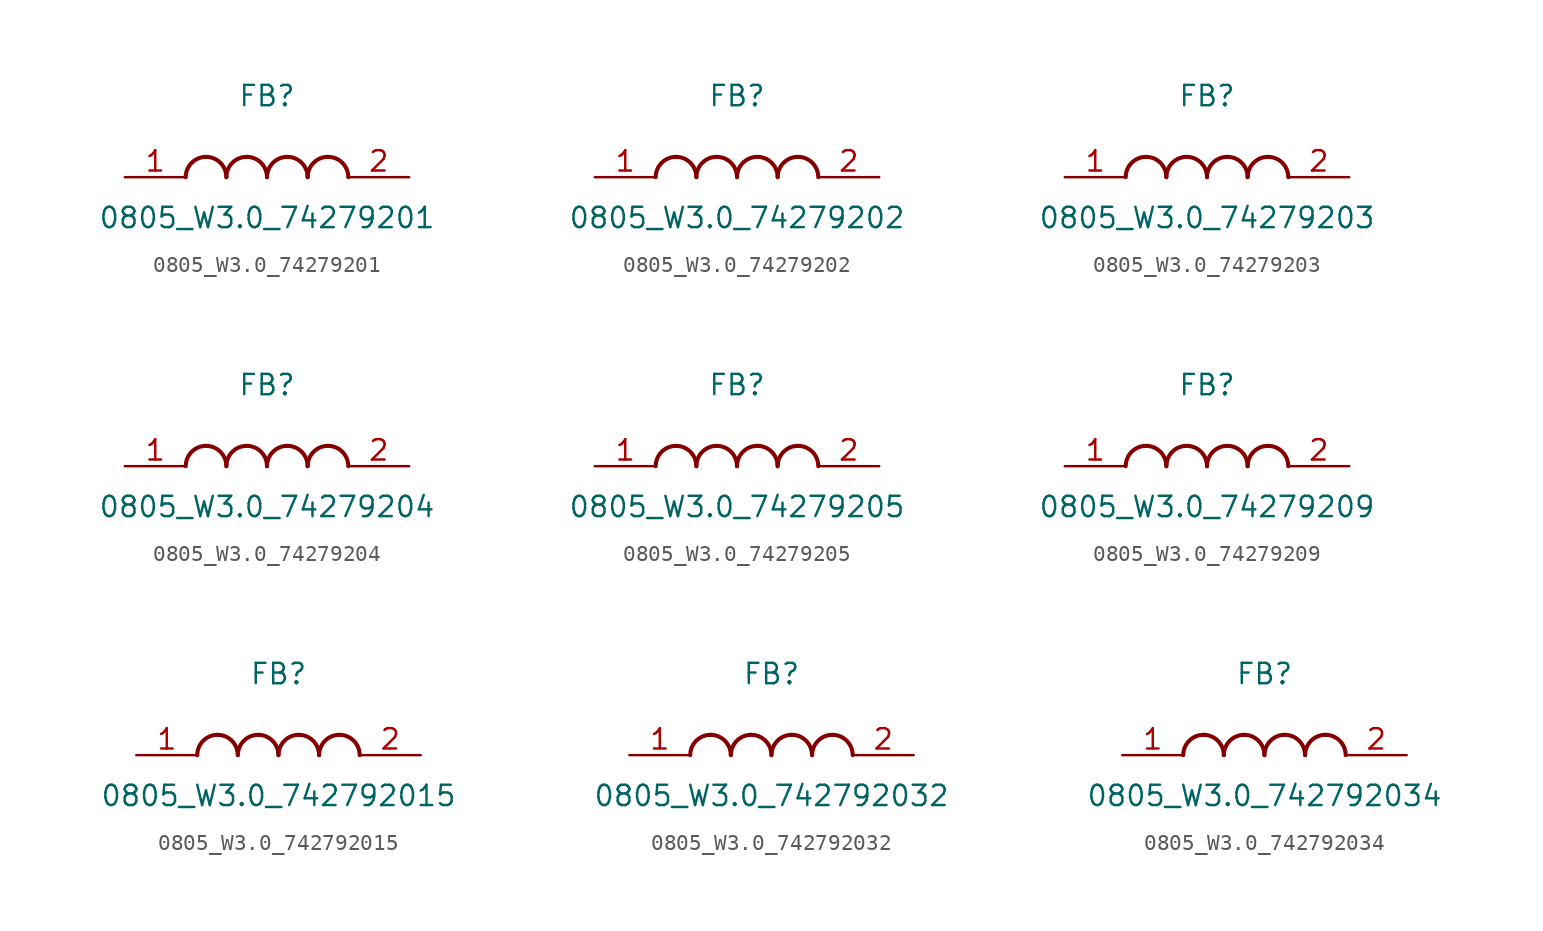
<source format=kicad_sym>
(kicad_symbol_lib
  (version 20211014)
  (generator kicad_symbol_editor)
  (symbol "Ferrite_Wurth_WE-CBF:0805_W3.0_74279201"
    (pin_names hide)
    (property "Reference" "FB"
      (at 0 5.08 0)
      (effects (font (size 1.27 1.27))))
    (property "Value" "0805_W3.0_74279201"
      (at 0 -2.54 0)
      (effects (font (size 1.27 1.27))))
    (symbol "0805_W3.0_74279201_0_1"
      (arc (start -3.81 1.27) (mid -4.708 0.898) (end -5.08 0) (stroke (width 0.254) (type default)) (fill (type none)))
      (arc (start -2.54 0) (mid -2.912 0.898) (end -3.81 1.27) (stroke (width 0.254) (type default)) (fill (type none)))
      (arc (start -1.2699 1.2701) (mid -2.1679 0.8981) (end -2.5399 0.0001) (stroke (width 0.254) (type default)) (fill (type none)))
      (arc (start 0.0001 0.0001) (mid -0.3719 0.8981) (end -1.2699 1.2701) (stroke (width 0.254) (type default)) (fill (type none)))
      (arc (start 1.2701 1.2701) (mid 0.3721 0.8981) (end 0.0001 0.0001) (stroke (width 0.254) (type default)) (fill (type none)))
      (arc (start 2.5401 0.0001) (mid 2.1681 0.8981) (end 1.2701 1.2701) (stroke (width 0.254) (type default)) (fill (type none)))
      (arc (start 3.8101 1.2701) (mid 2.9121 0.8981) (end 2.5401 0.0001) (stroke (width 0.254) (type default)) (fill (type none)))
      (arc (start 5.0801 0.0001) (mid 4.7081 0.8981) (end 3.8101 1.2701) (stroke (width 0.254) (type default)) (fill (type none))))
    (symbol "0805_W3.0_74279201_1_1"
      (pin passive line (at -8.89 0 0) (length 3.81) (name "1" (effects (font (size 1.27 1.27)))) (number "1" (effects (font (size 1.27 1.27)))))
      (pin passive line (at 8.89 0 180) (length 3.81) (name "2" (effects (font (size 1.27 1.27)))) (number "2" (effects (font (size 1.27 1.27)))))))
  (symbol "Ferrite_Wurth_WE-CBF:0805_W3.0_74279202"
    (pin_names hide)
    (property "Reference" "FB"
      (at 0 5.08 0)
      (effects (font (size 1.27 1.27))))
    (property "Value" "0805_W3.0_74279202"
      (at 0 -2.54 0)
      (effects (font (size 1.27 1.27))))
    (symbol "0805_W3.0_74279202_0_1"
      (arc (start -3.81 1.27) (mid -4.708 0.898) (end -5.08 0) (stroke (width 0.254) (type default)) (fill (type none)))
      (arc (start -2.54 0) (mid -2.912 0.898) (end -3.81 1.27) (stroke (width 0.254) (type default)) (fill (type none)))
      (arc (start -1.2699 1.2701) (mid -2.1679 0.8981) (end -2.5399 0.0001) (stroke (width 0.254) (type default)) (fill (type none)))
      (arc (start 0.0001 0.0001) (mid -0.3719 0.8981) (end -1.2699 1.2701) (stroke (width 0.254) (type default)) (fill (type none)))
      (arc (start 1.2701 1.2701) (mid 0.3721 0.8981) (end 0.0001 0.0001) (stroke (width 0.254) (type default)) (fill (type none)))
      (arc (start 2.5401 0.0001) (mid 2.1681 0.8981) (end 1.2701 1.2701) (stroke (width 0.254) (type default)) (fill (type none)))
      (arc (start 3.8101 1.2701) (mid 2.9121 0.8981) (end 2.5401 0.0001) (stroke (width 0.254) (type default)) (fill (type none)))
      (arc (start 5.0801 0.0001) (mid 4.7081 0.8981) (end 3.8101 1.2701) (stroke (width 0.254) (type default)) (fill (type none))))
    (symbol "0805_W3.0_74279202_1_1"
      (pin passive line (at -8.89 0 0) (length 3.81) (name "1" (effects (font (size 1.27 1.27)))) (number "1" (effects (font (size 1.27 1.27)))))
      (pin passive line (at 8.89 0 180) (length 3.81) (name "2" (effects (font (size 1.27 1.27)))) (number "2" (effects (font (size 1.27 1.27)))))))
  (symbol "Ferrite_Wurth_WE-CBF:0805_W3.0_74279203"
    (pin_names hide)
    (property "Reference" "FB"
      (at 0 5.08 0)
      (effects (font (size 1.27 1.27))))
    (property "Value" "0805_W3.0_74279203"
      (at 0 -2.54 0)
      (effects (font (size 1.27 1.27))))
    (symbol "0805_W3.0_74279203_0_1"
      (arc (start -3.81 1.27) (mid -4.708 0.898) (end -5.08 0) (stroke (width 0.254) (type default)) (fill (type none)))
      (arc (start -2.54 0) (mid -2.912 0.898) (end -3.81 1.27) (stroke (width 0.254) (type default)) (fill (type none)))
      (arc (start -1.2699 1.2701) (mid -2.1679 0.8981) (end -2.5399 0.0001) (stroke (width 0.254) (type default)) (fill (type none)))
      (arc (start 0.0001 0.0001) (mid -0.3719 0.8981) (end -1.2699 1.2701) (stroke (width 0.254) (type default)) (fill (type none)))
      (arc (start 1.2701 1.2701) (mid 0.3721 0.8981) (end 0.0001 0.0001) (stroke (width 0.254) (type default)) (fill (type none)))
      (arc (start 2.5401 0.0001) (mid 2.1681 0.8981) (end 1.2701 1.2701) (stroke (width 0.254) (type default)) (fill (type none)))
      (arc (start 3.8101 1.2701) (mid 2.9121 0.8981) (end 2.5401 0.0001) (stroke (width 0.254) (type default)) (fill (type none)))
      (arc (start 5.0801 0.0001) (mid 4.7081 0.8981) (end 3.8101 1.2701) (stroke (width 0.254) (type default)) (fill (type none))))
    (symbol "0805_W3.0_74279203_1_1"
      (pin passive line (at -8.89 0 0) (length 3.81) (name "1" (effects (font (size 1.27 1.27)))) (number "1" (effects (font (size 1.27 1.27)))))
      (pin passive line (at 8.89 0 180) (length 3.81) (name "2" (effects (font (size 1.27 1.27)))) (number "2" (effects (font (size 1.27 1.27)))))))
  (symbol "Ferrite_Wurth_WE-CBF:0805_W3.0_74279204"
    (pin_names hide)
    (property "Reference" "FB"
      (at 0 5.08 0)
      (effects (font (size 1.27 1.27))))
    (property "Value" "0805_W3.0_74279204"
      (at 0 -2.54 0)
      (effects (font (size 1.27 1.27))))
    (symbol "0805_W3.0_74279204_0_1"
      (arc (start -3.81 1.27) (mid -4.708 0.898) (end -5.08 0) (stroke (width 0.254) (type default)) (fill (type none)))
      (arc (start -2.54 0) (mid -2.912 0.898) (end -3.81 1.27) (stroke (width 0.254) (type default)) (fill (type none)))
      (arc (start -1.2699 1.2701) (mid -2.1679 0.8981) (end -2.5399 0.0001) (stroke (width 0.254) (type default)) (fill (type none)))
      (arc (start 0.0001 0.0001) (mid -0.3719 0.8981) (end -1.2699 1.2701) (stroke (width 0.254) (type default)) (fill (type none)))
      (arc (start 1.2701 1.2701) (mid 0.3721 0.8981) (end 0.0001 0.0001) (stroke (width 0.254) (type default)) (fill (type none)))
      (arc (start 2.5401 0.0001) (mid 2.1681 0.8981) (end 1.2701 1.2701) (stroke (width 0.254) (type default)) (fill (type none)))
      (arc (start 3.8101 1.2701) (mid 2.9121 0.8981) (end 2.5401 0.0001) (stroke (width 0.254) (type default)) (fill (type none)))
      (arc (start 5.0801 0.0001) (mid 4.7081 0.8981) (end 3.8101 1.2701) (stroke (width 0.254) (type default)) (fill (type none))))
    (symbol "0805_W3.0_74279204_1_1"
      (pin passive line (at -8.89 0 0) (length 3.81) (name "1" (effects (font (size 1.27 1.27)))) (number "1" (effects (font (size 1.27 1.27)))))
      (pin passive line (at 8.89 0 180) (length 3.81) (name "2" (effects (font (size 1.27 1.27)))) (number "2" (effects (font (size 1.27 1.27)))))))
  (symbol "Ferrite_Wurth_WE-CBF:0805_W3.0_74279205"
    (pin_names hide)
    (property "Reference" "FB"
      (at 0 5.08 0)
      (effects (font (size 1.27 1.27))))
    (property "Value" "0805_W3.0_74279205"
      (at 0 -2.54 0)
      (effects (font (size 1.27 1.27))))
    (symbol "0805_W3.0_74279205_0_1"
      (arc (start -3.81 1.27) (mid -4.708 0.898) (end -5.08 0) (stroke (width 0.254) (type default)) (fill (type none)))
      (arc (start -2.54 0) (mid -2.912 0.898) (end -3.81 1.27) (stroke (width 0.254) (type default)) (fill (type none)))
      (arc (start -1.2699 1.2701) (mid -2.1679 0.8981) (end -2.5399 0.0001) (stroke (width 0.254) (type default)) (fill (type none)))
      (arc (start 0.0001 0.0001) (mid -0.3719 0.8981) (end -1.2699 1.2701) (stroke (width 0.254) (type default)) (fill (type none)))
      (arc (start 1.2701 1.2701) (mid 0.3721 0.8981) (end 0.0001 0.0001) (stroke (width 0.254) (type default)) (fill (type none)))
      (arc (start 2.5401 0.0001) (mid 2.1681 0.8981) (end 1.2701 1.2701) (stroke (width 0.254) (type default)) (fill (type none)))
      (arc (start 3.8101 1.2701) (mid 2.9121 0.8981) (end 2.5401 0.0001) (stroke (width 0.254) (type default)) (fill (type none)))
      (arc (start 5.0801 0.0001) (mid 4.7081 0.8981) (end 3.8101 1.2701) (stroke (width 0.254) (type default)) (fill (type none))))
    (symbol "0805_W3.0_74279205_1_1"
      (pin passive line (at -8.89 0 0) (length 3.81) (name "1" (effects (font (size 1.27 1.27)))) (number "1" (effects (font (size 1.27 1.27)))))
      (pin passive line (at 8.89 0 180) (length 3.81) (name "2" (effects (font (size 1.27 1.27)))) (number "2" (effects (font (size 1.27 1.27)))))))
  (symbol "Ferrite_Wurth_WE-CBF:0805_W3.0_74279209"
    (pin_names hide)
    (property "Reference" "FB"
      (at 0 5.08 0)
      (effects (font (size 1.27 1.27))))
    (property "Value" "0805_W3.0_74279209"
      (at 0 -2.54 0)
      (effects (font (size 1.27 1.27))))
    (symbol "0805_W3.0_74279209_0_1"
      (arc (start -3.81 1.27) (mid -4.708 0.898) (end -5.08 0) (stroke (width 0.254) (type default)) (fill (type none)))
      (arc (start -2.54 0) (mid -2.912 0.898) (end -3.81 1.27) (stroke (width 0.254) (type default)) (fill (type none)))
      (arc (start -1.2699 1.2701) (mid -2.1679 0.8981) (end -2.5399 0.0001) (stroke (width 0.254) (type default)) (fill (type none)))
      (arc (start 0.0001 0.0001) (mid -0.3719 0.8981) (end -1.2699 1.2701) (stroke (width 0.254) (type default)) (fill (type none)))
      (arc (start 1.2701 1.2701) (mid 0.3721 0.8981) (end 0.0001 0.0001) (stroke (width 0.254) (type default)) (fill (type none)))
      (arc (start 2.5401 0.0001) (mid 2.1681 0.8981) (end 1.2701 1.2701) (stroke (width 0.254) (type default)) (fill (type none)))
      (arc (start 3.8101 1.2701) (mid 2.9121 0.8981) (end 2.5401 0.0001) (stroke (width 0.254) (type default)) (fill (type none)))
      (arc (start 5.0801 0.0001) (mid 4.7081 0.8981) (end 3.8101 1.2701) (stroke (width 0.254) (type default)) (fill (type none))))
    (symbol "0805_W3.0_74279209_1_1"
      (pin passive line (at -8.89 0 0) (length 3.81) (name "1" (effects (font (size 1.27 1.27)))) (number "1" (effects (font (size 1.27 1.27)))))
      (pin passive line (at 8.89 0 180) (length 3.81) (name "2" (effects (font (size 1.27 1.27)))) (number "2" (effects (font (size 1.27 1.27)))))))
  (symbol "Ferrite_Wurth_WE-CBF:0805_W3.0_742792015"
    (pin_names hide)
    (property "Reference" "FB"
      (at 0 5.08 0)
      (effects (font (size 1.27 1.27))))
    (property "Value" "0805_W3.0_742792015"
      (at 0 -2.54 0)
      (effects (font (size 1.27 1.27))))
    (symbol "0805_W3.0_742792015_0_1"
      (arc (start -3.81 1.27) (mid -4.708 0.898) (end -5.08 0) (stroke (width 0.254) (type default)) (fill (type none)))
      (arc (start -2.54 0) (mid -2.912 0.898) (end -3.81 1.27) (stroke (width 0.254) (type default)) (fill (type none)))
      (arc (start -1.2699 1.2701) (mid -2.1679 0.8981) (end -2.5399 0.0001) (stroke (width 0.254) (type default)) (fill (type none)))
      (arc (start 0.0001 0.0001) (mid -0.3719 0.8981) (end -1.2699 1.2701) (stroke (width 0.254) (type default)) (fill (type none)))
      (arc (start 1.2701 1.2701) (mid 0.3721 0.8981) (end 0.0001 0.0001) (stroke (width 0.254) (type default)) (fill (type none)))
      (arc (start 2.5401 0.0001) (mid 2.1681 0.8981) (end 1.2701 1.2701) (stroke (width 0.254) (type default)) (fill (type none)))
      (arc (start 3.8101 1.2701) (mid 2.9121 0.8981) (end 2.5401 0.0001) (stroke (width 0.254) (type default)) (fill (type none)))
      (arc (start 5.0801 0.0001) (mid 4.7081 0.8981) (end 3.8101 1.2701) (stroke (width 0.254) (type default)) (fill (type none))))
    (symbol "0805_W3.0_742792015_1_1"
      (pin passive line (at -8.89 0 0) (length 3.81) (name "1" (effects (font (size 1.27 1.27)))) (number "1" (effects (font (size 1.27 1.27)))))
      (pin passive line (at 8.89 0 180) (length 3.81) (name "2" (effects (font (size 1.27 1.27)))) (number "2" (effects (font (size 1.27 1.27)))))))
  (symbol "Ferrite_Wurth_WE-CBF:0805_W3.0_742792032"
    (pin_names hide)
    (property "Reference" "FB"
      (at 0 5.08 0)
      (effects (font (size 1.27 1.27))))
    (property "Value" "0805_W3.0_742792032"
      (at 0 -2.54 0)
      (effects (font (size 1.27 1.27))))
    (symbol "0805_W3.0_742792032_0_1"
      (arc (start -3.81 1.27) (mid -4.708 0.898) (end -5.08 0) (stroke (width 0.254) (type default)) (fill (type none)))
      (arc (start -2.54 0) (mid -2.912 0.898) (end -3.81 1.27) (stroke (width 0.254) (type default)) (fill (type none)))
      (arc (start -1.2699 1.2701) (mid -2.1679 0.8981) (end -2.5399 0.0001) (stroke (width 0.254) (type default)) (fill (type none)))
      (arc (start 0.0001 0.0001) (mid -0.3719 0.8981) (end -1.2699 1.2701) (stroke (width 0.254) (type default)) (fill (type none)))
      (arc (start 1.2701 1.2701) (mid 0.3721 0.8981) (end 0.0001 0.0001) (stroke (width 0.254) (type default)) (fill (type none)))
      (arc (start 2.5401 0.0001) (mid 2.1681 0.8981) (end 1.2701 1.2701) (stroke (width 0.254) (type default)) (fill (type none)))
      (arc (start 3.8101 1.2701) (mid 2.9121 0.8981) (end 2.5401 0.0001) (stroke (width 0.254) (type default)) (fill (type none)))
      (arc (start 5.0801 0.0001) (mid 4.7081 0.8981) (end 3.8101 1.2701) (stroke (width 0.254) (type default)) (fill (type none))))
    (symbol "0805_W3.0_742792032_1_1"
      (pin passive line (at -8.89 0 0) (length 3.81) (name "1" (effects (font (size 1.27 1.27)))) (number "1" (effects (font (size 1.27 1.27)))))
      (pin passive line (at 8.89 0 180) (length 3.81) (name "2" (effects (font (size 1.27 1.27)))) (number "2" (effects (font (size 1.27 1.27)))))))
  (symbol "Ferrite_Wurth_WE-CBF:0805_W3.0_742792034"
    (pin_names hide)
    (property "Reference" "FB"
      (at 0 5.08 0)
      (effects (font (size 1.27 1.27))))
    (property "Value" "0805_W3.0_742792034"
      (at 0 -2.54 0)
      (effects (font (size 1.27 1.27))))
    (symbol "0805_W3.0_742792034_0_1"
      (arc (start -3.81 1.27) (mid -4.708 0.898) (end -5.08 0) (stroke (width 0.254) (type default)) (fill (type none)))
      (arc (start -2.54 0) (mid -2.912 0.898) (end -3.81 1.27) (stroke (width 0.254) (type default)) (fill (type none)))
      (arc (start -1.2699 1.2701) (mid -2.1679 0.8981) (end -2.5399 0.0001) (stroke (width 0.254) (type default)) (fill (type none)))
      (arc (start 0.0001 0.0001) (mid -0.3719 0.8981) (end -1.2699 1.2701) (stroke (width 0.254) (type default)) (fill (type none)))
      (arc (start 1.2701 1.2701) (mid 0.3721 0.8981) (end 0.0001 0.0001) (stroke (width 0.254) (type default)) (fill (type none)))
      (arc (start 2.5401 0.0001) (mid 2.1681 0.8981) (end 1.2701 1.2701) (stroke (width 0.254) (type default)) (fill (type none)))
      (arc (start 3.8101 1.2701) (mid 2.9121 0.8981) (end 2.5401 0.0001) (stroke (width 0.254) (type default)) (fill (type none)))
      (arc (start 5.0801 0.0001) (mid 4.7081 0.8981) (end 3.8101 1.2701) (stroke (width 0.254) (type default)) (fill (type none))))
    (symbol "0805_W3.0_742792034_1_1"
      (pin passive line (at -8.89 0 0) (length 3.81) (name "1" (effects (font (size 1.27 1.27)))) (number "1" (effects (font (size 1.27 1.27)))))
      (pin passive line (at 8.89 0 180) (length 3.81) (name "2" (effects (font (size 1.27 1.27)))) (number "2" (effects (font (size 1.27 1.27))))))))
</source>
